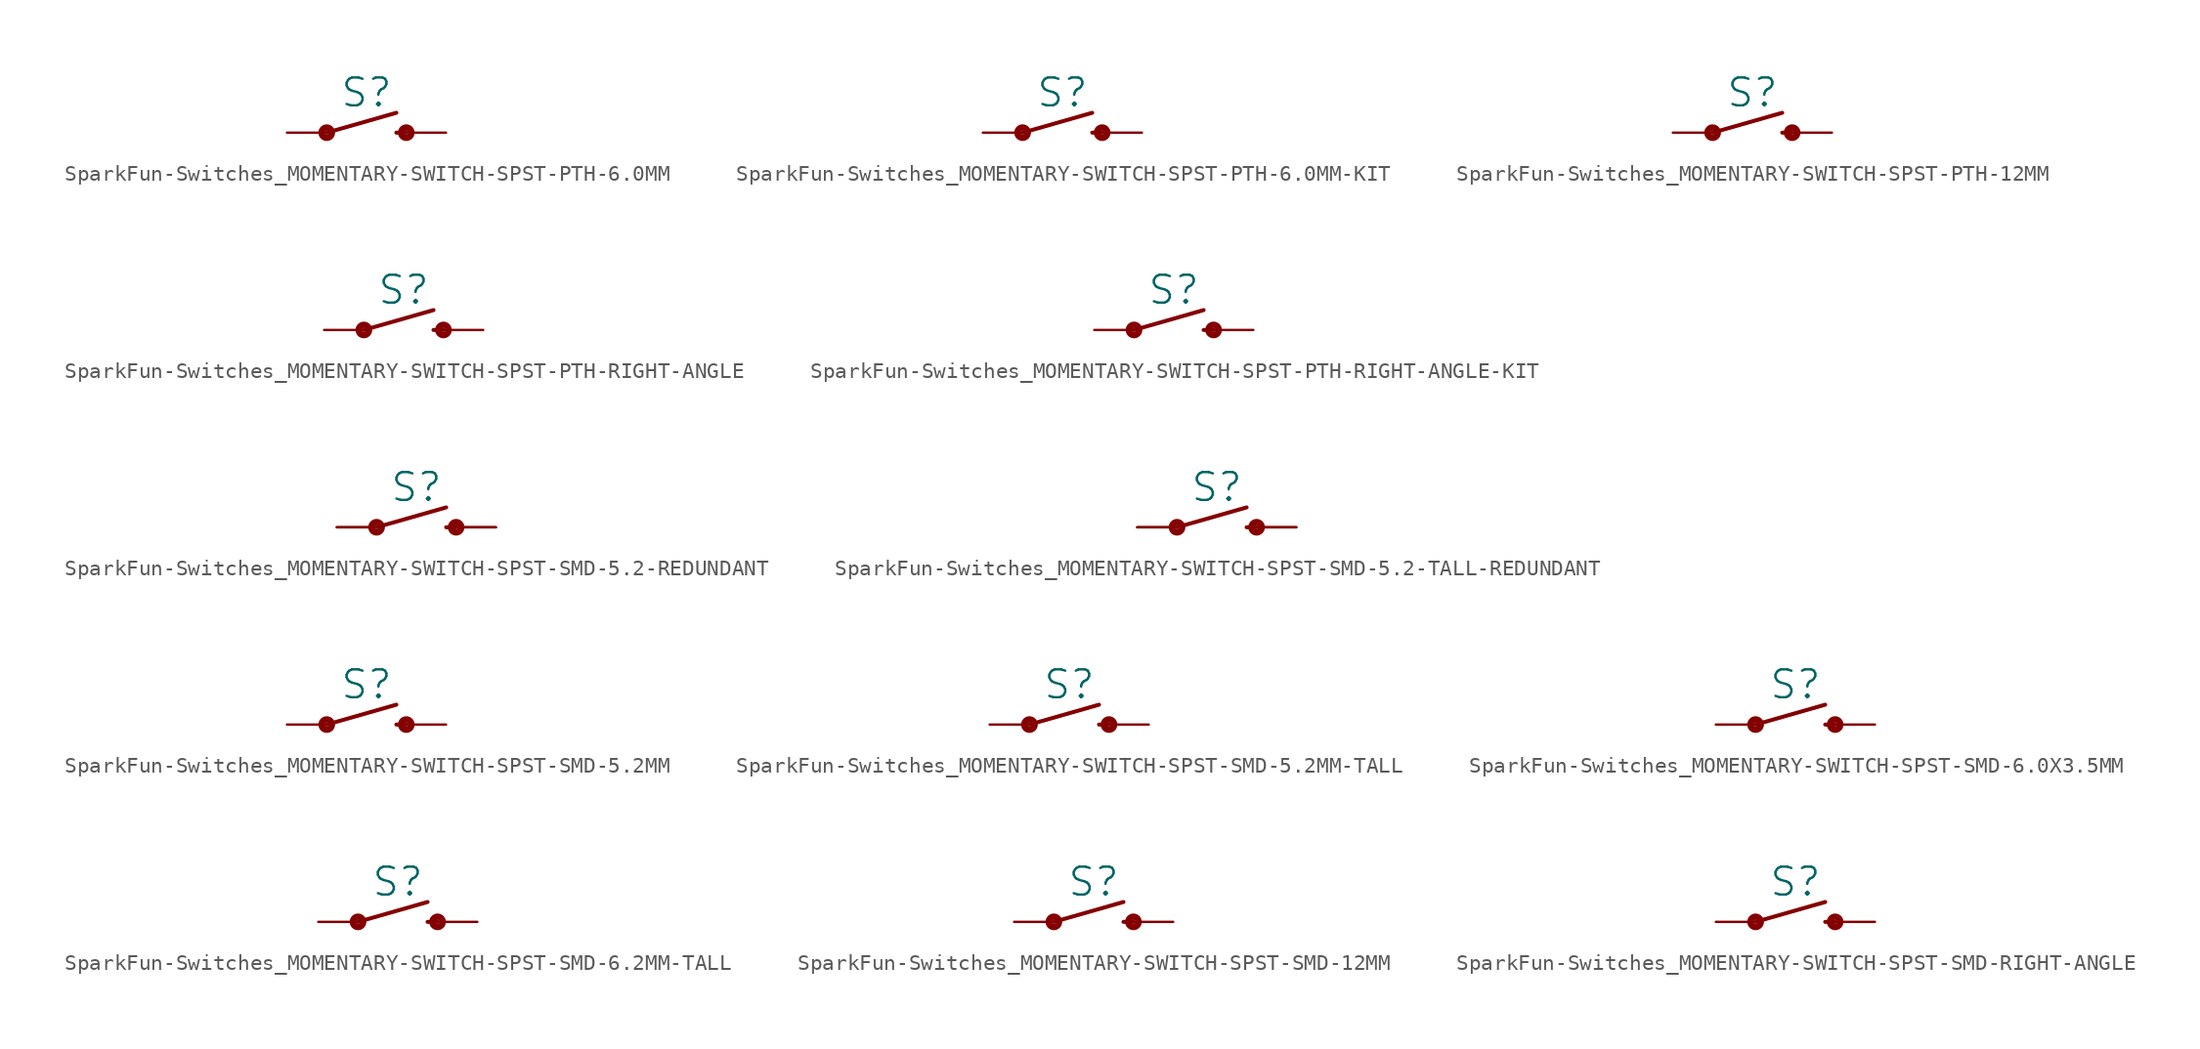
<source format=kicad_sym>
(kicad_symbol_lib
  (version 20231120)
  (generator "kicad_symbol_editor")
  (generator_version "8.0")
  (symbol "SparkFun-Switches_MOMENTARY-SWITCH-SPST-PTH-6.0MM"
    (property "Reference" "S"
      (at 0 1.524 0)
      (effects (font (size 1.778 1.778)) (justify bottom)))
    (property "Value" ""
      (at 0 -0.508 0)
      (effects (font (size 1.778 1.778)) (justify top)))
    (property "ki_locked" ""
      (at 0 0 0)
      (effects (font (size 1.27 1.27))))
    (symbol "SparkFun-Switches_MOMENTARY-SWITCH-SPST-PTH-6.0MM_1_0"
      (circle (center -2.54 0) (radius 0.127) (stroke (width 0.406) (type solid)) (fill (type none)))
      (polyline (pts (xy -2.54 0) (xy 1.905 1.27)) (stroke (width 0.254) (type solid)) (fill (type none)))
      (polyline (pts (xy 1.905 0) (xy 2.54 0)) (stroke (width 0.254) (type solid)) (fill (type none)))
      (circle (center 2.54 0) (radius 0.127) (stroke (width 0.406) (type solid)) (fill (type none)))
      (pin passive line (at -5.08 0 0) (length 2.54) (name "1" (effects (font (size 0 0)))) (number "1" (effects (font (size 0 0)))))
      (pin passive line (at 5.08 0 180) (length 2.54) (name "2" (effects (font (size 0 0)))) (number "3" (effects (font (size 0 0)))))))
  (symbol "SparkFun-Switches_MOMENTARY-SWITCH-SPST-PTH-6.0MM-KIT"
    (property "Reference" "S"
      (at 0 1.524 0)
      (effects (font (size 1.778 1.778)) (justify bottom)))
    (property "Value" ""
      (at 0 -0.508 0)
      (effects (font (size 1.778 1.778)) (justify top)))
    (property "ki_locked" ""
      (at 0 0 0)
      (effects (font (size 1.27 1.27))))
    (symbol "SparkFun-Switches_MOMENTARY-SWITCH-SPST-PTH-6.0MM-KIT_1_0"
      (circle (center -2.54 0) (radius 0.127) (stroke (width 0.406) (type solid)) (fill (type none)))
      (polyline (pts (xy -2.54 0) (xy 1.905 1.27)) (stroke (width 0.254) (type solid)) (fill (type none)))
      (polyline (pts (xy 1.905 0) (xy 2.54 0)) (stroke (width 0.254) (type solid)) (fill (type none)))
      (circle (center 2.54 0) (radius 0.127) (stroke (width 0.406) (type solid)) (fill (type none)))
      (pin passive line (at -5.08 0 0) (length 2.54) (name "1" (effects (font (size 0 0)))) (number "1" (effects (font (size 0 0)))))
      (pin passive line (at 5.08 0 180) (length 2.54) (name "2" (effects (font (size 0 0)))) (number "3" (effects (font (size 0 0)))))))
  (symbol "SparkFun-Switches_MOMENTARY-SWITCH-SPST-PTH-12MM"
    (property "Reference" "S"
      (at 0 1.524 0)
      (effects (font (size 1.778 1.778)) (justify bottom)))
    (property "Value" ""
      (at 0 -0.508 0)
      (effects (font (size 1.778 1.778)) (justify top)))
    (property "ki_locked" ""
      (at 0 0 0)
      (effects (font (size 1.27 1.27))))
    (symbol "SparkFun-Switches_MOMENTARY-SWITCH-SPST-PTH-12MM_1_0"
      (circle (center -2.54 0) (radius 0.127) (stroke (width 0.406) (type solid)) (fill (type none)))
      (polyline (pts (xy -2.54 0) (xy 1.905 1.27)) (stroke (width 0.254) (type solid)) (fill (type none)))
      (polyline (pts (xy 1.905 0) (xy 2.54 0)) (stroke (width 0.254) (type solid)) (fill (type none)))
      (circle (center 2.54 0) (radius 0.127) (stroke (width 0.406) (type solid)) (fill (type none)))
      (pin passive line (at -5.08 0 0) (length 2.54) (name "1" (effects (font (size 0 0)))) (number "1" (effects (font (size 0 0)))))
      (pin passive line (at 5.08 0 180) (length 2.54) (name "2" (effects (font (size 0 0)))) (number "3" (effects (font (size 0 0)))))))
  (symbol "SparkFun-Switches_MOMENTARY-SWITCH-SPST-PTH-RIGHT-ANGLE"
    (property "Reference" "S"
      (at 0 1.524 0)
      (effects (font (size 1.778 1.778)) (justify bottom)))
    (property "Value" ""
      (at 0 -0.508 0)
      (effects (font (size 1.778 1.778)) (justify top)))
    (property "ki_locked" ""
      (at 0 0 0)
      (effects (font (size 1.27 1.27))))
    (symbol "SparkFun-Switches_MOMENTARY-SWITCH-SPST-PTH-RIGHT-ANGLE_1_0"
      (circle (center -2.54 0) (radius 0.127) (stroke (width 0.406) (type solid)) (fill (type none)))
      (polyline (pts (xy -2.54 0) (xy 1.905 1.27)) (stroke (width 0.254) (type solid)) (fill (type none)))
      (polyline (pts (xy 1.905 0) (xy 2.54 0)) (stroke (width 0.254) (type solid)) (fill (type none)))
      (circle (center 2.54 0) (radius 0.127) (stroke (width 0.406) (type solid)) (fill (type none)))
      (pin passive line (at -5.08 0 0) (length 2.54) (name "1" (effects (font (size 0 0)))) (number "1" (effects (font (size 0 0)))))
      (pin passive line (at 5.08 0 180) (length 2.54) (name "2" (effects (font (size 0 0)))) (number "2" (effects (font (size 0 0)))))))
  (symbol "SparkFun-Switches_MOMENTARY-SWITCH-SPST-PTH-RIGHT-ANGLE-KIT"
    (property "Reference" "S"
      (at 0 1.524 0)
      (effects (font (size 1.778 1.778)) (justify bottom)))
    (property "Value" ""
      (at 0 -0.508 0)
      (effects (font (size 1.778 1.778)) (justify top)))
    (property "ki_locked" ""
      (at 0 0 0)
      (effects (font (size 1.27 1.27))))
    (symbol "SparkFun-Switches_MOMENTARY-SWITCH-SPST-PTH-RIGHT-ANGLE-KIT_1_0"
      (circle (center -2.54 0) (radius 0.127) (stroke (width 0.406) (type solid)) (fill (type none)))
      (polyline (pts (xy -2.54 0) (xy 1.905 1.27)) (stroke (width 0.254) (type solid)) (fill (type none)))
      (polyline (pts (xy 1.905 0) (xy 2.54 0)) (stroke (width 0.254) (type solid)) (fill (type none)))
      (circle (center 2.54 0) (radius 0.127) (stroke (width 0.406) (type solid)) (fill (type none)))
      (pin passive line (at -5.08 0 0) (length 2.54) (name "1" (effects (font (size 0 0)))) (number "1" (effects (font (size 0 0)))))
      (pin passive line (at 5.08 0 180) (length 2.54) (name "2" (effects (font (size 0 0)))) (number "2" (effects (font (size 0 0)))))))
  (symbol "SparkFun-Switches_MOMENTARY-SWITCH-SPST-SMD-5.2-REDUNDANT"
    (property "Reference" "S"
      (at 0 1.524 0)
      (effects (font (size 1.778 1.778)) (justify bottom)))
    (property "Value" ""
      (at 0 -0.508 0)
      (effects (font (size 1.778 1.778)) (justify top)))
    (property "ki_locked" ""
      (at 0 0 0)
      (effects (font (size 1.27 1.27))))
    (symbol "SparkFun-Switches_MOMENTARY-SWITCH-SPST-SMD-5.2-REDUNDANT_1_0"
      (circle (center -2.54 0) (radius 0.127) (stroke (width 0.406) (type solid)) (fill (type none)))
      (polyline (pts (xy -2.54 0) (xy 1.905 1.27)) (stroke (width 0.254) (type solid)) (fill (type none)))
      (polyline (pts (xy 1.905 0) (xy 2.54 0)) (stroke (width 0.254) (type solid)) (fill (type none)))
      (circle (center 2.54 0) (radius 0.127) (stroke (width 0.406) (type solid)) (fill (type none)))
      (pin passive line (at -5.08 0 0) (length 2.54) (name "1" (effects (font (size 0 0)))) (number "1" (effects (font (size 0 0)))))
      (pin passive line (at -5.08 0 0) (length 2.54) (name "1" (effects (font (size 0 0)))) (number "2" (effects (font (size 0 0)))))
      (pin passive line (at 5.08 0 180) (length 2.54) (name "2" (effects (font (size 0 0)))) (number "3" (effects (font (size 0 0)))))
      (pin passive line (at 5.08 0 180) (length 2.54) (name "2" (effects (font (size 0 0)))) (number "4" (effects (font (size 0 0)))))))
  (symbol "SparkFun-Switches_MOMENTARY-SWITCH-SPST-SMD-5.2-TALL-REDUNDANT"
    (property "Reference" "S"
      (at 0 1.524 0)
      (effects (font (size 1.778 1.778)) (justify bottom)))
    (property "Value" ""
      (at 0 -0.508 0)
      (effects (font (size 1.778 1.778)) (justify top)))
    (property "ki_locked" ""
      (at 0 0 0)
      (effects (font (size 1.27 1.27))))
    (symbol "SparkFun-Switches_MOMENTARY-SWITCH-SPST-SMD-5.2-TALL-REDUNDANT_1_0"
      (circle (center -2.54 0) (radius 0.127) (stroke (width 0.406) (type solid)) (fill (type none)))
      (polyline (pts (xy -2.54 0) (xy 1.905 1.27)) (stroke (width 0.254) (type solid)) (fill (type none)))
      (polyline (pts (xy 1.905 0) (xy 2.54 0)) (stroke (width 0.254) (type solid)) (fill (type none)))
      (circle (center 2.54 0) (radius 0.127) (stroke (width 0.406) (type solid)) (fill (type none)))
      (pin passive line (at -5.08 0 0) (length 2.54) (name "1" (effects (font (size 0 0)))) (number "1" (effects (font (size 0 0)))))
      (pin passive line (at -5.08 0 0) (length 2.54) (name "1" (effects (font (size 0 0)))) (number "2" (effects (font (size 0 0)))))
      (pin passive line (at 5.08 0 180) (length 2.54) (name "2" (effects (font (size 0 0)))) (number "3" (effects (font (size 0 0)))))
      (pin passive line (at 5.08 0 180) (length 2.54) (name "2" (effects (font (size 0 0)))) (number "4" (effects (font (size 0 0)))))))
  (symbol "SparkFun-Switches_MOMENTARY-SWITCH-SPST-SMD-5.2MM"
    (property "Reference" "S"
      (at 0 1.524 0)
      (effects (font (size 1.778 1.778)) (justify bottom)))
    (property "Value" ""
      (at 0 -0.508 0)
      (effects (font (size 1.778 1.778)) (justify top)))
    (property "ki_locked" ""
      (at 0 0 0)
      (effects (font (size 1.27 1.27))))
    (symbol "SparkFun-Switches_MOMENTARY-SWITCH-SPST-SMD-5.2MM_1_0"
      (circle (center -2.54 0) (radius 0.127) (stroke (width 0.406) (type solid)) (fill (type none)))
      (polyline (pts (xy -2.54 0) (xy 1.905 1.27)) (stroke (width 0.254) (type solid)) (fill (type none)))
      (polyline (pts (xy 1.905 0) (xy 2.54 0)) (stroke (width 0.254) (type solid)) (fill (type none)))
      (circle (center 2.54 0) (radius 0.127) (stroke (width 0.406) (type solid)) (fill (type none)))
      (pin passive line (at -5.08 0 0) (length 2.54) (name "1" (effects (font (size 0 0)))) (number "1" (effects (font (size 0 0)))))
      (pin passive line (at 5.08 0 180) (length 2.54) (name "2" (effects (font (size 0 0)))) (number "3" (effects (font (size 0 0)))))))
  (symbol "SparkFun-Switches_MOMENTARY-SWITCH-SPST-SMD-5.2MM-TALL"
    (property "Reference" "S"
      (at 0 1.524 0)
      (effects (font (size 1.778 1.778)) (justify bottom)))
    (property "Value" ""
      (at 0 -0.508 0)
      (effects (font (size 1.778 1.778)) (justify top)))
    (property "ki_locked" ""
      (at 0 0 0)
      (effects (font (size 1.27 1.27))))
    (symbol "SparkFun-Switches_MOMENTARY-SWITCH-SPST-SMD-5.2MM-TALL_1_0"
      (circle (center -2.54 0) (radius 0.127) (stroke (width 0.406) (type solid)) (fill (type none)))
      (polyline (pts (xy -2.54 0) (xy 1.905 1.27)) (stroke (width 0.254) (type solid)) (fill (type none)))
      (polyline (pts (xy 1.905 0) (xy 2.54 0)) (stroke (width 0.254) (type solid)) (fill (type none)))
      (circle (center 2.54 0) (radius 0.127) (stroke (width 0.406) (type solid)) (fill (type none)))
      (pin passive line (at -5.08 0 0) (length 2.54) (name "1" (effects (font (size 0 0)))) (number "1" (effects (font (size 0 0)))))
      (pin passive line (at 5.08 0 180) (length 2.54) (name "2" (effects (font (size 0 0)))) (number "3" (effects (font (size 0 0)))))))
  (symbol "SparkFun-Switches_MOMENTARY-SWITCH-SPST-SMD-6.0X3.5MM"
    (property "Reference" "S"
      (at 0 1.524 0)
      (effects (font (size 1.778 1.778)) (justify bottom)))
    (property "Value" ""
      (at 0 -0.508 0)
      (effects (font (size 1.778 1.778)) (justify top)))
    (property "ki_locked" ""
      (at 0 0 0)
      (effects (font (size 1.27 1.27))))
    (symbol "SparkFun-Switches_MOMENTARY-SWITCH-SPST-SMD-6.0X3.5MM_1_0"
      (circle (center -2.54 0) (radius 0.127) (stroke (width 0.406) (type solid)) (fill (type none)))
      (polyline (pts (xy -2.54 0) (xy 1.905 1.27)) (stroke (width 0.254) (type solid)) (fill (type none)))
      (polyline (pts (xy 1.905 0) (xy 2.54 0)) (stroke (width 0.254) (type solid)) (fill (type none)))
      (circle (center 2.54 0) (radius 0.127) (stroke (width 0.406) (type solid)) (fill (type none)))
      (pin passive line (at -5.08 0 0) (length 2.54) (name "1" (effects (font (size 0 0)))) (number "1" (effects (font (size 0 0)))))
      (pin passive line (at 5.08 0 180) (length 2.54) (name "2" (effects (font (size 0 0)))) (number "2" (effects (font (size 0 0)))))))
  (symbol "SparkFun-Switches_MOMENTARY-SWITCH-SPST-SMD-6.2MM-TALL"
    (property "Reference" "S"
      (at 0 1.524 0)
      (effects (font (size 1.778 1.778)) (justify bottom)))
    (property "Value" ""
      (at 0 -0.508 0)
      (effects (font (size 1.778 1.778)) (justify top)))
    (property "ki_locked" ""
      (at 0 0 0)
      (effects (font (size 1.27 1.27))))
    (symbol "SparkFun-Switches_MOMENTARY-SWITCH-SPST-SMD-6.2MM-TALL_1_0"
      (circle (center -2.54 0) (radius 0.127) (stroke (width 0.406) (type solid)) (fill (type none)))
      (polyline (pts (xy -2.54 0) (xy 1.905 1.27)) (stroke (width 0.254) (type solid)) (fill (type none)))
      (polyline (pts (xy 1.905 0) (xy 2.54 0)) (stroke (width 0.254) (type solid)) (fill (type none)))
      (circle (center 2.54 0) (radius 0.127) (stroke (width 0.406) (type solid)) (fill (type none)))
      (pin passive line (at -5.08 0 0) (length 2.54) (name "1" (effects (font (size 0 0)))) (number "A2" (effects (font (size 0 0)))))
      (pin passive line (at 5.08 0 180) (length 2.54) (name "2" (effects (font (size 0 0)))) (number "B2" (effects (font (size 0 0)))))))
  (symbol "SparkFun-Switches_MOMENTARY-SWITCH-SPST-SMD-12MM"
    (property "Reference" "S"
      (at 0 1.524 0)
      (effects (font (size 1.778 1.778)) (justify bottom)))
    (property "Value" ""
      (at 0 -0.508 0)
      (effects (font (size 1.778 1.778)) (justify top)))
    (property "ki_locked" ""
      (at 0 0 0)
      (effects (font (size 1.27 1.27))))
    (symbol "SparkFun-Switches_MOMENTARY-SWITCH-SPST-SMD-12MM_1_0"
      (circle (center -2.54 0) (radius 0.127) (stroke (width 0.406) (type solid)) (fill (type none)))
      (polyline (pts (xy -2.54 0) (xy 1.905 1.27)) (stroke (width 0.254) (type solid)) (fill (type none)))
      (polyline (pts (xy 1.905 0) (xy 2.54 0)) (stroke (width 0.254) (type solid)) (fill (type none)))
      (circle (center 2.54 0) (radius 0.127) (stroke (width 0.406) (type solid)) (fill (type none)))
      (pin passive line (at -5.08 0 0) (length 2.54) (name "1" (effects (font (size 0 0)))) (number "1" (effects (font (size 0 0)))))
      (pin passive line (at 5.08 0 180) (length 2.54) (name "2" (effects (font (size 0 0)))) (number "3" (effects (font (size 0 0)))))))
  (symbol "SparkFun-Switches_MOMENTARY-SWITCH-SPST-SMD-RIGHT-ANGLE"
    (property "Reference" "S"
      (at 0 1.524 0)
      (effects (font (size 1.778 1.778)) (justify bottom)))
    (property "Value" ""
      (at 0 -0.508 0)
      (effects (font (size 1.778 1.778)) (justify top)))
    (property "ki_locked" ""
      (at 0 0 0)
      (effects (font (size 1.27 1.27))))
    (symbol "SparkFun-Switches_MOMENTARY-SWITCH-SPST-SMD-RIGHT-ANGLE_1_0"
      (circle (center -2.54 0) (radius 0.127) (stroke (width 0.406) (type solid)) (fill (type none)))
      (polyline (pts (xy -2.54 0) (xy 1.905 1.27)) (stroke (width 0.254) (type solid)) (fill (type none)))
      (polyline (pts (xy 1.905 0) (xy 2.54 0)) (stroke (width 0.254) (type solid)) (fill (type none)))
      (circle (center 2.54 0) (radius 0.127) (stroke (width 0.406) (type solid)) (fill (type none)))
      (pin passive line (at -5.08 0 0) (length 2.54) (name "1" (effects (font (size 0 0)))) (number "1" (effects (font (size 0 0)))))
      (pin passive line (at 5.08 0 180) (length 2.54) (name "2" (effects (font (size 0 0)))) (number "2" (effects (font (size 0 0))))))))
</source>
